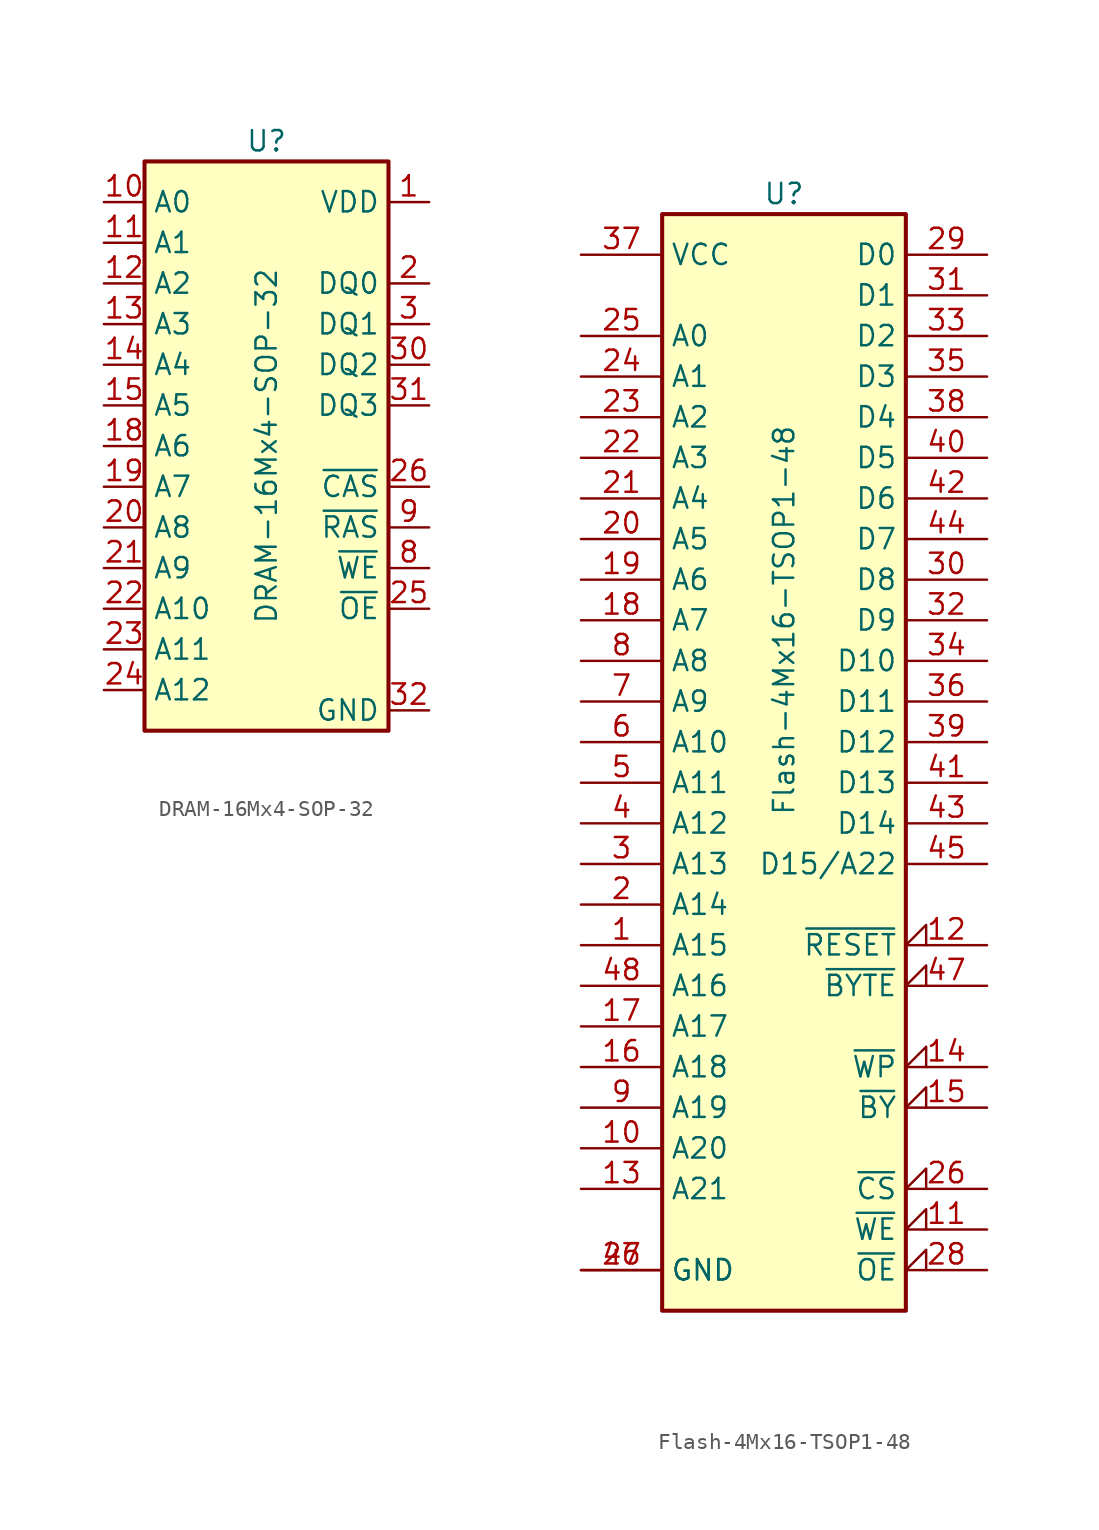
<source format=kicad_sym>
(kicad_symbol_lib
  (version 20231120)
  (generator "kicad_symbol_editor")
  (generator_version "8.0")
  (symbol "DRAM-16Mx4-SOP-32"
    (property "Reference" "U"
      (at 0 19.05 0)
      (effects (font (size 1.27 1.27))))
    (property "Value" "DRAM-16Mx4-SOP-32"
      (at 0 0 90)
      (effects (font (size 1.27 1.27))))
    (symbol "DRAM-16Mx4-SOP-32_0_1"
      (rectangle (start -7.62 17.78) (end 7.62 -17.78) (stroke (width 0.254) (type default)) (fill (type background))))
    (symbol "DRAM-16Mx4-SOP-32_1_1"
      (pin power_in line (at 10.16 15.24 180) (length 2.54) (name "VDD" (effects (font (size 1.27 1.27)))) (number "1" (effects (font (size 1.27 1.27)))))
      (pin input line (at -10.16 15.24 0) (length 2.54) (name "A0" (effects (font (size 1.27 1.27)))) (number "10" (effects (font (size 1.27 1.27)))))
      (pin input line (at -10.16 12.7 0) (length 2.54) (name "A1" (effects (font (size 1.27 1.27)))) (number "11" (effects (font (size 1.27 1.27)))))
      (pin input line (at -10.16 10.16 0) (length 2.54) (name "A2" (effects (font (size 1.27 1.27)))) (number "12" (effects (font (size 1.27 1.27)))))
      (pin input line (at -10.16 7.62 0) (length 2.54) (name "A3" (effects (font (size 1.27 1.27)))) (number "13" (effects (font (size 1.27 1.27)))))
      (pin input line (at -10.16 5.08 0) (length 2.54) (name "A4" (effects (font (size 1.27 1.27)))) (number "14" (effects (font (size 1.27 1.27)))))
      (pin input line (at -10.16 2.54 0) (length 2.54) (name "A5" (effects (font (size 1.27 1.27)))) (number "15" (effects (font (size 1.27 1.27)))))
      (pin power_in line (at 10.16 15.24 180) (length 2.54) hide (name "VDD" (effects (font (size 1.27 1.27)))) (number "16" (effects (font (size 1.27 1.27)))))
      (pin power_in line (at 10.16 -16.51 180) (length 2.54) hide (name "GND" (effects (font (size 1.27 1.27)))) (number "17" (effects (font (size 1.27 1.27)))))
      (pin input line (at -10.16 0 0) (length 2.54) (name "A6" (effects (font (size 1.27 1.27)))) (number "18" (effects (font (size 1.27 1.27)))))
      (pin input line (at -10.16 -2.54 0) (length 2.54) (name "A7" (effects (font (size 1.27 1.27)))) (number "19" (effects (font (size 1.27 1.27)))))
      (pin bidirectional line (at 10.16 10.16 180) (length 2.54) (name "DQ0" (effects (font (size 1.27 1.27)))) (number "2" (effects (font (size 1.27 1.27)))))
      (pin input line (at -10.16 -5.08 0) (length 2.54) (name "A8" (effects (font (size 1.27 1.27)))) (number "20" (effects (font (size 1.27 1.27)))))
      (pin input line (at -10.16 -7.62 0) (length 2.54) (name "A9" (effects (font (size 1.27 1.27)))) (number "21" (effects (font (size 1.27 1.27)))))
      (pin input line (at -10.16 -10.16 0) (length 2.54) (name "A10" (effects (font (size 1.27 1.27)))) (number "22" (effects (font (size 1.27 1.27)))))
      (pin input line (at -10.16 -12.7 0) (length 2.54) (name "A11" (effects (font (size 1.27 1.27)))) (number "23" (effects (font (size 1.27 1.27)))))
      (pin input line (at -10.16 -15.24 0) (length 2.54) (name "A12" (effects (font (size 1.27 1.27)))) (number "24" (effects (font (size 1.27 1.27)))))
      (pin input line (at 10.16 -10.16 180) (length 2.54) (name "~{OE}" (effects (font (size 1.27 1.27)))) (number "25" (effects (font (size 1.27 1.27)))))
      (pin input line (at 10.16 -2.54 180) (length 2.54) (name "~{CAS}" (effects (font (size 1.27 1.27)))) (number "26" (effects (font (size 1.27 1.27)))))
      (pin no_connect line (at 10.16 12.7 180) (length 2.54) hide (name "NC" (effects (font (size 1.27 1.27)))) (number "27" (effects (font (size 1.27 1.27)))))
      (pin no_connect line (at 10.16 13.97 180) (length 2.54) hide (name "NC" (effects (font (size 1.27 1.27)))) (number "28" (effects (font (size 1.27 1.27)))))
      (pin no_connect line (at 10.16 11.43 180) (length 2.54) hide (name "NC" (effects (font (size 1.27 1.27)))) (number "29" (effects (font (size 1.27 1.27)))))
      (pin bidirectional line (at 10.16 7.62 180) (length 2.54) (name "DQ1" (effects (font (size 1.27 1.27)))) (number "3" (effects (font (size 1.27 1.27)))))
      (pin bidirectional line (at 10.16 5.08 180) (length 2.54) (name "DQ2" (effects (font (size 1.27 1.27)))) (number "30" (effects (font (size 1.27 1.27)))))
      (pin bidirectional line (at 10.16 2.54 180) (length 2.54) (name "DQ3" (effects (font (size 1.27 1.27)))) (number "31" (effects (font (size 1.27 1.27)))))
      (pin power_in line (at 10.16 -16.51 180) (length 2.54) (name "GND" (effects (font (size 1.27 1.27)))) (number "32" (effects (font (size 1.27 1.27)))))
      (pin no_connect line (at 10.16 -1.27 180) (length 2.54) hide (name "NC" (effects (font (size 1.27 1.27)))) (number "4" (effects (font (size 1.27 1.27)))))
      (pin no_connect line (at 10.16 -13.97 180) (length 2.54) hide (name "NC" (effects (font (size 1.27 1.27)))) (number "5" (effects (font (size 1.27 1.27)))))
      (pin no_connect line (at 10.16 -12.7 180) (length 2.54) hide (name "NC" (effects (font (size 1.27 1.27)))) (number "6" (effects (font (size 1.27 1.27)))))
      (pin no_connect line (at 10.16 1.27 180) (length 2.54) hide (name "NC" (effects (font (size 1.27 1.27)))) (number "7" (effects (font (size 1.27 1.27)))))
      (pin input line (at 10.16 -7.62 180) (length 2.54) (name "~{WE}" (effects (font (size 1.27 1.27)))) (number "8" (effects (font (size 1.27 1.27)))))
      (pin input line (at 10.16 -5.08 180) (length 2.54) (name "~{RAS}" (effects (font (size 1.27 1.27)))) (number "9" (effects (font (size 1.27 1.27)))))))
  (symbol "Flash-4Mx16-TSOP1-48"
    (property "Reference" "U"
      (at 0 26.67 0)
      (effects (font (size 1.27 1.27))))
    (property "Value" "Flash-4Mx16-TSOP1-48"
      (at 0 0 90)
      (effects (font (size 1.27 1.27))))
    (symbol "Flash-4Mx16-TSOP1-48_0_0"
      (pin power_in line (at -12.7 -40.64 0) (length 5.08) (name "GND" (effects (font (size 1.27 1.27)))) (number "27" (effects (font (size 1.27 1.27)))))
      (pin power_in line (at -12.7 22.86 0) (length 5.08) (name "VCC" (effects (font (size 1.27 1.27)))) (number "37" (effects (font (size 1.27 1.27))))))
    (symbol "Flash-4Mx16-TSOP1-48_0_1"
      (rectangle (start -7.62 25.4) (end 7.62 -43.18) (stroke (width 0.254) (type default)) (fill (type background))))
    (symbol "Flash-4Mx16-TSOP1-48_1_1"
      (pin input line (at -12.7 -20.32 0) (length 5.08) (name "A15" (effects (font (size 1.27 1.27)))) (number "1" (effects (font (size 1.27 1.27)))))
      (pin input line (at -12.7 -33.02 0) (length 5.08) (name "A20" (effects (font (size 1.27 1.27)))) (number "10" (effects (font (size 1.27 1.27)))))
      (pin input input_low (at 12.7 -38.1 180) (length 5.08) (name "~{WE}" (effects (font (size 1.27 1.27)))) (number "11" (effects (font (size 1.27 1.27)))))
      (pin input input_low (at 12.7 -20.32 180) (length 5.08) (name "~{RESET}" (effects (font (size 1.27 1.27)))) (number "12" (effects (font (size 1.27 1.27)))))
      (pin input line (at -12.7 -35.56 0) (length 5.08) (name "A21" (effects (font (size 1.27 1.27)))) (number "13" (effects (font (size 1.27 1.27)))))
      (pin input input_low (at 12.7 -27.94 180) (length 5.08) (name "~{WP}" (effects (font (size 1.27 1.27)))) (number "14" (effects (font (size 1.27 1.27)))))
      (pin input input_low (at 12.7 -30.48 180) (length 5.08) (name "~{BY}" (effects (font (size 1.27 1.27)))) (number "15" (effects (font (size 1.27 1.27)))))
      (pin input line (at -12.7 -27.94 0) (length 5.08) (name "A18" (effects (font (size 1.27 1.27)))) (number "16" (effects (font (size 1.27 1.27)))))
      (pin input line (at -12.7 -25.4 0) (length 5.08) (name "A17" (effects (font (size 1.27 1.27)))) (number "17" (effects (font (size 1.27 1.27)))))
      (pin input line (at -12.7 0 0) (length 5.08) (name "A7" (effects (font (size 1.27 1.27)))) (number "18" (effects (font (size 1.27 1.27)))))
      (pin input line (at -12.7 2.54 0) (length 5.08) (name "A6" (effects (font (size 1.27 1.27)))) (number "19" (effects (font (size 1.27 1.27)))))
      (pin input line (at -12.7 -17.78 0) (length 5.08) (name "A14" (effects (font (size 1.27 1.27)))) (number "2" (effects (font (size 1.27 1.27)))))
      (pin input line (at -12.7 5.08 0) (length 5.08) (name "A5" (effects (font (size 1.27 1.27)))) (number "20" (effects (font (size 1.27 1.27)))))
      (pin input line (at -12.7 7.62 0) (length 5.08) (name "A4" (effects (font (size 1.27 1.27)))) (number "21" (effects (font (size 1.27 1.27)))))
      (pin input line (at -12.7 10.16 0) (length 5.08) (name "A3" (effects (font (size 1.27 1.27)))) (number "22" (effects (font (size 1.27 1.27)))))
      (pin input line (at -12.7 12.7 0) (length 5.08) (name "A2" (effects (font (size 1.27 1.27)))) (number "23" (effects (font (size 1.27 1.27)))))
      (pin input line (at -12.7 15.24 0) (length 5.08) (name "A1" (effects (font (size 1.27 1.27)))) (number "24" (effects (font (size 1.27 1.27)))))
      (pin input line (at -12.7 17.78 0) (length 5.08) (name "A0" (effects (font (size 1.27 1.27)))) (number "25" (effects (font (size 1.27 1.27)))))
      (pin input input_low (at 12.7 -35.56 180) (length 5.08) (name "~{CS}" (effects (font (size 1.27 1.27)))) (number "26" (effects (font (size 1.27 1.27)))))
      (pin input input_low (at 12.7 -40.64 180) (length 5.08) (name "~{OE}" (effects (font (size 1.27 1.27)))) (number "28" (effects (font (size 1.27 1.27)))))
      (pin bidirectional line (at 12.7 22.86 180) (length 5.08) (name "D0" (effects (font (size 1.27 1.27)))) (number "29" (effects (font (size 1.27 1.27)))))
      (pin input line (at -12.7 -15.24 0) (length 5.08) (name "A13" (effects (font (size 1.27 1.27)))) (number "3" (effects (font (size 1.27 1.27)))))
      (pin bidirectional line (at 12.7 2.54 180) (length 5.08) (name "D8" (effects (font (size 1.27 1.27)))) (number "30" (effects (font (size 1.27 1.27)))))
      (pin bidirectional line (at 12.7 20.32 180) (length 5.08) (name "D1" (effects (font (size 1.27 1.27)))) (number "31" (effects (font (size 1.27 1.27)))))
      (pin bidirectional line (at 12.7 0 180) (length 5.08) (name "D9" (effects (font (size 1.27 1.27)))) (number "32" (effects (font (size 1.27 1.27)))))
      (pin bidirectional line (at 12.7 17.78 180) (length 5.08) (name "D2" (effects (font (size 1.27 1.27)))) (number "33" (effects (font (size 1.27 1.27)))))
      (pin bidirectional line (at 12.7 -2.54 180) (length 5.08) (name "D10" (effects (font (size 1.27 1.27)))) (number "34" (effects (font (size 1.27 1.27)))))
      (pin bidirectional line (at 12.7 15.24 180) (length 5.08) (name "D3" (effects (font (size 1.27 1.27)))) (number "35" (effects (font (size 1.27 1.27)))))
      (pin bidirectional line (at 12.7 -5.08 180) (length 5.08) (name "D11" (effects (font (size 1.27 1.27)))) (number "36" (effects (font (size 1.27 1.27)))))
      (pin bidirectional line (at 12.7 12.7 180) (length 5.08) (name "D4" (effects (font (size 1.27 1.27)))) (number "38" (effects (font (size 1.27 1.27)))))
      (pin bidirectional line (at 12.7 -7.62 180) (length 5.08) (name "D12" (effects (font (size 1.27 1.27)))) (number "39" (effects (font (size 1.27 1.27)))))
      (pin input line (at -12.7 -12.7 0) (length 5.08) (name "A12" (effects (font (size 1.27 1.27)))) (number "4" (effects (font (size 1.27 1.27)))))
      (pin bidirectional line (at 12.7 10.16 180) (length 5.08) (name "D5" (effects (font (size 1.27 1.27)))) (number "40" (effects (font (size 1.27 1.27)))))
      (pin bidirectional line (at 12.7 -10.16 180) (length 5.08) (name "D13" (effects (font (size 1.27 1.27)))) (number "41" (effects (font (size 1.27 1.27)))))
      (pin bidirectional line (at 12.7 7.62 180) (length 5.08) (name "D6" (effects (font (size 1.27 1.27)))) (number "42" (effects (font (size 1.27 1.27)))))
      (pin bidirectional line (at 12.7 -12.7 180) (length 5.08) (name "D14" (effects (font (size 1.27 1.27)))) (number "43" (effects (font (size 1.27 1.27)))))
      (pin bidirectional line (at 12.7 5.08 180) (length 5.08) (name "D7" (effects (font (size 1.27 1.27)))) (number "44" (effects (font (size 1.27 1.27)))))
      (pin bidirectional line (at 12.7 -15.24 180) (length 5.08) (name "D15/A22" (effects (font (size 1.27 1.27)))) (number "45" (effects (font (size 1.27 1.27)))))
      (pin power_in line (at -12.7 -40.64 0) (length 5.08) (name "GND" (effects (font (size 1.27 1.27)))) (number "46" (effects (font (size 1.27 1.27)))))
      (pin input input_low (at 12.7 -22.86 180) (length 5.08) (name "~{BYTE}" (effects (font (size 1.27 1.27)))) (number "47" (effects (font (size 1.27 1.27)))))
      (pin input line (at -12.7 -22.86 0) (length 5.08) (name "A16" (effects (font (size 1.27 1.27)))) (number "48" (effects (font (size 1.27 1.27)))))
      (pin input line (at -12.7 -10.16 0) (length 5.08) (name "A11" (effects (font (size 1.27 1.27)))) (number "5" (effects (font (size 1.27 1.27)))))
      (pin input line (at -12.7 -7.62 0) (length 5.08) (name "A10" (effects (font (size 1.27 1.27)))) (number "6" (effects (font (size 1.27 1.27)))))
      (pin input line (at -12.7 -5.08 0) (length 5.08) (name "A9" (effects (font (size 1.27 1.27)))) (number "7" (effects (font (size 1.27 1.27)))))
      (pin input line (at -12.7 -2.54 0) (length 5.08) (name "A8" (effects (font (size 1.27 1.27)))) (number "8" (effects (font (size 1.27 1.27)))))
      (pin input line (at -12.7 -30.48 0) (length 5.08) (name "A19" (effects (font (size 1.27 1.27)))) (number "9" (effects (font (size 1.27 1.27))))))))
</source>
